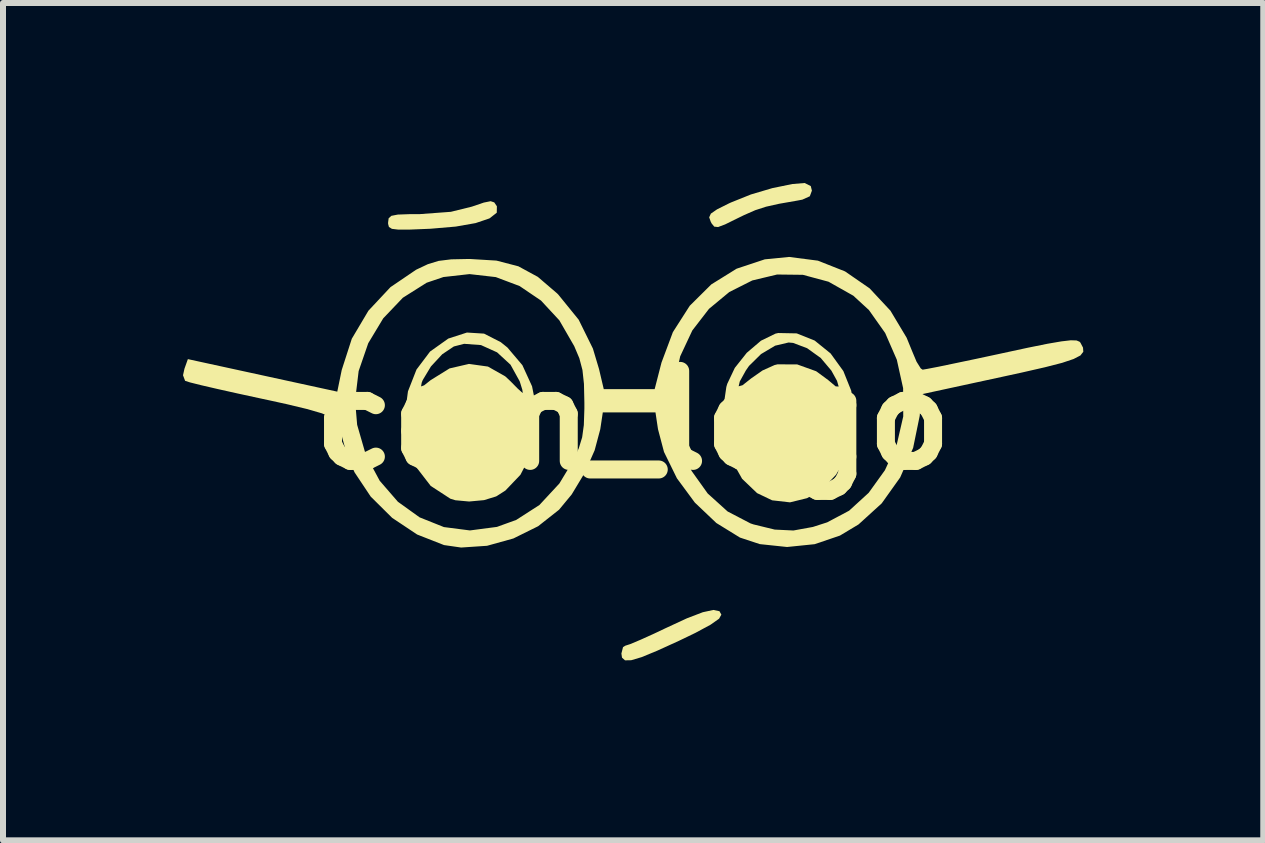
<source format=kicad_pcb>
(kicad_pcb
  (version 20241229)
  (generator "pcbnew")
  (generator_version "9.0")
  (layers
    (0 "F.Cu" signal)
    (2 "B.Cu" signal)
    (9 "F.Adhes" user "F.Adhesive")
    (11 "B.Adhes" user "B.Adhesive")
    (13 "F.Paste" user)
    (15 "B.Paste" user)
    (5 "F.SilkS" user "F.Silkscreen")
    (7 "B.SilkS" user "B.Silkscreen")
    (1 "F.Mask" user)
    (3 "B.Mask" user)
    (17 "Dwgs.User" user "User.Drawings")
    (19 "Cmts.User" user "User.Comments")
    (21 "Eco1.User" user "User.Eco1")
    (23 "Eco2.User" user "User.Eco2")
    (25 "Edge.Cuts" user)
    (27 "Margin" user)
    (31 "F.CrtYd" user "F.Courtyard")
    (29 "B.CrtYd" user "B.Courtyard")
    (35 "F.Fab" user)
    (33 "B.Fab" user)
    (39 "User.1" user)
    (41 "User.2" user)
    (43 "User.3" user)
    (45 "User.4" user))
  (footprint "cem_logo"
    (layer "F.Cu")
    (at 7.5 3.953)
    (property "Reference" "cem_logo" (at 0 0 0) (layer "F.SilkS") (effects (font (size 1.5 1.5) (thickness 0.3))))
    (attr board_only exclude_from_pos_files exclude_from_bom)
    (fp_poly (pts (xy 1.44 3.183) (xy 1.472 3.24) (xy 1.434 3.308) (xy 1.292 3.408) (xy 1.04 3.544) (xy 0.762 3.678) (xy 0.404 3.841) (xy 0.145 3.948) (xy -0.03 4) (xy -0.134 4.002) (xy -0.184 3.957) (xy -0.194 3.888) (xy -0.167 3.782) (xy -0.129 3.758) (xy -0.046 3.731) (xy 0.125 3.659) (xy 0.357 3.554) (xy 0.536 3.469) (xy 0.899 3.301) (xy 1.163 3.2) (xy 1.339 3.162)) (stroke (width 0) (type solid)) (fill yes) (layer "F.SilkS"))
    (fp_poly (pts (xy -2.313 -3.63) (xy -2.27 -3.567) (xy -2.269 -3.566) (xy -2.271 -3.458) (xy -2.393 -3.363) (xy -2.624 -3.285) (xy -2.954 -3.227) (xy -3.373 -3.191) (xy -3.418 -3.189) (xy -3.716 -3.177) (xy -3.909 -3.176) (xy -4.018 -3.189) (xy -4.068 -3.22) (xy -4.082 -3.272) (xy -4.082 -3.297) (xy -4.073 -3.365) (xy -4.028 -3.406) (xy -3.921 -3.427) (xy -3.725 -3.434) (xy -3.562 -3.434) (xy -3.036 -3.473) (xy -2.687 -3.559) (xy -2.487 -3.627) (xy -2.373 -3.65)) (stroke (width 0) (type solid)) (fill yes) (layer "F.SilkS"))
    (fp_poly (pts (xy 2.962 -3.902) (xy 2.981 -3.826) (xy 2.946 -3.732) (xy 2.822 -3.676) (xy 2.738 -3.66) (xy 2.435 -3.607) (xy 2.216 -3.558) (xy 2.037 -3.5) (xy 1.852 -3.419) (xy 1.735 -3.362) (xy 1.534 -3.263) (xy 1.417 -3.219) (xy 1.353 -3.226) (xy 1.309 -3.28) (xy 1.295 -3.307) (xy 1.269 -3.381) (xy 1.297 -3.443) (xy 1.4 -3.514) (xy 1.598 -3.613) (xy 1.633 -3.629) (xy 1.964 -3.762) (xy 2.322 -3.868) (xy 2.655 -3.936) (xy 2.86 -3.953)) (stroke (width 0) (type solid)) (fill yes) (layer "F.SilkS"))
    (fp_poly (pts (xy 2.728 -1.447) (xy 3.026 -1.328) (xy 3.292 -1.113) (xy 3.505 -0.819) (xy 3.636 -0.492) (xy 3.694 -0.1) (xy 3.663 0.273) (xy 3.555 0.614) (xy 3.383 0.908) (xy 3.161 1.141) (xy 2.901 1.299) (xy 2.616 1.369) (xy 2.318 1.335) (xy 2.067 1.215) (xy 1.818 0.977) (xy 1.635 0.652) (xy 1.525 0.269) (xy 1.495 -0.143) (xy 1.555 -0.555) (xy 1.558 -0.565) (xy 1.76 -0.565) (xy 1.825 -0.583) (xy 1.969 -0.697) (xy 2.158 -0.829) (xy 2.358 -0.919) (xy 2.407 -0.931) (xy 2.735 -0.93) (xy 3.052 -0.816) (xy 3.251 -0.67) (xy 3.377 -0.564) (xy 3.427 -0.561) (xy 3.399 -0.657) (xy 3.305 -0.827) (xy 3.128 -1.037) (xy 2.901 -1.2) (xy 2.668 -1.288) (xy 2.592 -1.295) (xy 2.368 -1.242) (xy 2.133 -1.102) (xy 1.933 -0.905) (xy 1.879 -0.827) (xy 1.779 -0.646) (xy 1.76 -0.565) (xy 1.558 -0.565) (xy 1.57 -0.606) (xy 1.696 -0.872) (xy 1.895 -1.123) (xy 2.132 -1.325) (xy 2.374 -1.443) (xy 2.42 -1.453)) (stroke (width 0) (type solid)) (fill yes) (layer "F.SilkS"))
    (fp_poly (pts (xy -2.483 -1.443) (xy -2.205 -1.301) (xy -2.094 -1.212) (xy -1.844 -0.917) (xy -1.683 -0.565) (xy -1.607 -0.182) (xy -1.616 0.208) (xy -1.706 0.581) (xy -1.877 0.91) (xy -2.127 1.172) (xy -2.281 1.27) (xy -2.483 1.332) (xy -2.732 1.355) (xy -2.961 1.334) (xy -3.045 1.308) (xy -3.372 1.095) (xy -3.601 0.798) (xy -3.622 0.756) (xy -3.764 0.342) (xy -3.805 -0.078) (xy -3.751 -0.481) (xy -3.719 -0.563) (xy -3.533 -0.563) (xy -3.482 -0.581) (xy -3.371 -0.669) (xy -3.058 -0.863) (xy -2.734 -0.938) (xy -2.418 -0.894) (xy -2.13 -0.731) (xy -2.042 -0.649) (xy -1.923 -0.528) (xy -1.848 -0.46) (xy -1.838 -0.454) (xy -1.845 -0.507) (xy -1.885 -0.636) (xy -1.89 -0.65) (xy -2.042 -0.925) (xy -2.266 -1.131) (xy -2.534 -1.252) (xy -2.815 -1.273) (xy -2.986 -1.229) (xy -3.18 -1.099) (xy -3.368 -0.896) (xy -3.505 -0.669) (xy -3.522 -0.626) (xy -3.533 -0.563) (xy -3.719 -0.563) (xy -3.609 -0.844) (xy -3.383 -1.144) (xy -3.081 -1.359) (xy -3.08 -1.36) (xy -2.768 -1.461)) (stroke (width 0) (type solid)) (fill yes) (layer "F.SilkS"))
    (fp_poly (pts (xy 3.081 -2.659) (xy 3.533 -2.48) (xy 3.942 -2.198) (xy 4.29 -1.825) (xy 4.56 -1.374) (xy 4.651 -1.151) (xy 4.725 -0.975) (xy 4.795 -0.863) (xy 4.826 -0.842) (xy 4.907 -0.856) (xy 5.094 -0.892) (xy 5.367 -0.949) (xy 5.706 -1.02) (xy 6.089 -1.102) (xy 6.144 -1.114) (xy 6.58 -1.208) (xy 6.907 -1.274) (xy 7.14 -1.314) (xy 7.296 -1.332) (xy 7.392 -1.329) (xy 7.443 -1.307) (xy 7.456 -1.292) (xy 7.499 -1.21) (xy 7.504 -1.141) (xy 7.456 -1.079) (xy 7.342 -1.02) (xy 7.151 -0.956) (xy 6.867 -0.883) (xy 6.478 -0.794) (xy 6.147 -0.722) (xy 4.811 -0.433) (xy 4.777 -0.071) (xy 4.668 0.461) (xy 4.452 0.954) (xy 4.144 1.386) (xy 3.758 1.737) (xy 3.448 1.923) (xy 3.027 2.066) (xy 2.567 2.113) (xy 2.112 2.065) (xy 1.782 1.956) (xy 1.388 1.713) (xy 1.03 1.373) (xy 0.731 0.968) (xy 0.516 0.529) (xy 0.416 0.15) (xy 0.374 -0.13) (xy -0.065 -0.13) (xy -0.504 -0.13) (xy -0.546 0.15) (xy -0.64 0.502) (xy -0.808 0.882) (xy -1.023 1.238) (xy -1.233 1.492) (xy -1.582 1.767) (xy -1.994 1.971) (xy -2.433 2.093) (xy -2.865 2.122) (xy -3.15 2.081) (xy -3.598 1.905) (xy -4.015 1.627) (xy -4.372 1.273) (xy -4.641 0.869) (xy -4.726 0.678) (xy -4.799 0.463) (xy -4.848 0.285) (xy -4.86 0.204) (xy -4.872 0.107) (xy -4.921 0.026) (xy -5.021 -0.046) (xy -5.187 -0.115) (xy -5.436 -0.187) (xy -5.783 -0.27) (xy -6.047 -0.328) (xy -4.632 -0.328) (xy -4.598 0.076) (xy -4.453 0.579) (xy -4.222 1.009) (xy -3.919 1.359) (xy -3.557 1.619) (xy -3.152 1.781) (xy -2.718 1.837) (xy -2.268 1.778) (xy -1.947 1.662) (xy -1.56 1.413) (xy -1.228 1.055) (xy -0.997 0.673) (xy -0.904 0.467) (xy -0.848 0.285) (xy -0.82 0.081) (xy -0.811 -0.192) (xy -0.811 -0.292) (xy -0.818 -0.605) (xy -0.843 -0.836) (xy -0.895 -1.033) (xy -0.98 -1.234) (xy -1.228 -1.664) (xy -1.534 -1.994) (xy -1.891 -2.236) (xy -2.287 -2.385) (xy -2.725 -2.435) (xy -3.16 -2.386) (xy -3.44 -2.291) (xy -3.836 -2.041) (xy -4.163 -1.698) (xy -4.413 -1.283) (xy -4.573 -0.819) (xy -4.632 -0.328) (xy -6.047 -0.328) (xy -6.21 -0.363) (xy -6.588 -0.445) (xy -6.924 -0.52) (xy -7.196 -0.583) (xy -7.384 -0.63) (xy -7.465 -0.656) (xy -7.5 -0.749) (xy -7.476 -0.858) (xy -7.419 -1.018) (xy -6.174 -0.747) (xy -4.929 -0.476) (xy -4.855 -0.837) (xy -4.687 -1.358) (xy -4.41 -1.825) (xy -4.042 -2.218) (xy -3.615 -2.508) (xy -3.42 -2.6) (xy -3.241 -2.655) (xy -3.03 -2.681) (xy -2.741 -2.687) (xy -2.721 -2.687) (xy -2.276 -2.66) (xy -1.911 -2.565) (xy -1.587 -2.389) (xy -1.266 -2.114) (xy -1.246 -2.094) (xy -0.906 -1.675) (xy -0.669 -1.194) (xy -0.567 -0.853) (xy -0.488 -0.518) (xy -0.064 -0.518) (xy 0.36 -0.518) (xy 0.367 -0.544) (xy 0.673 -0.544) (xy 0.677 -0.061) (xy 0.782 0.409) (xy 0.975 0.844) (xy 1.244 1.221) (xy 1.576 1.521) (xy 1.958 1.72) (xy 2.009 1.737) (xy 2.362 1.823) (xy 2.673 1.838) (xy 2.997 1.779) (xy 3.236 1.702) (xy 3.601 1.508) (xy 3.927 1.21) (xy 4.198 0.833) (xy 4.396 0.402) (xy 4.502 -0.058) (xy 4.503 -0.062) (xy 4.501 -0.534) (xy 4.396 -1.008) (xy 4.202 -1.453) (xy 3.931 -1.836) (xy 3.671 -2.075) (xy 3.258 -2.308) (xy 2.83 -2.423) (xy 2.401 -2.428) (xy 1.987 -2.329) (xy 1.604 -2.136) (xy 1.266 -1.856) (xy 0.988 -1.496) (xy 0.786 -1.065) (xy 0.676 -0.57) (xy 0.673 -0.544) (xy 0.367 -0.544) (xy 0.474 -0.96) (xy 0.664 -1.468) (xy 0.945 -1.907) (xy 1.304 -2.263) (xy 1.726 -2.525) (xy 2.196 -2.681) (xy 2.601 -2.721)) (stroke (width 0) (type solid)) (fill yes) (layer "F.SilkS")))
  (gr_rect
    (start -3 -3)
    (end 18.003 10.955)
    (stroke (width 0.1) (type default))
    (fill no)
    (layer "Edge.Cuts")))
</source>
